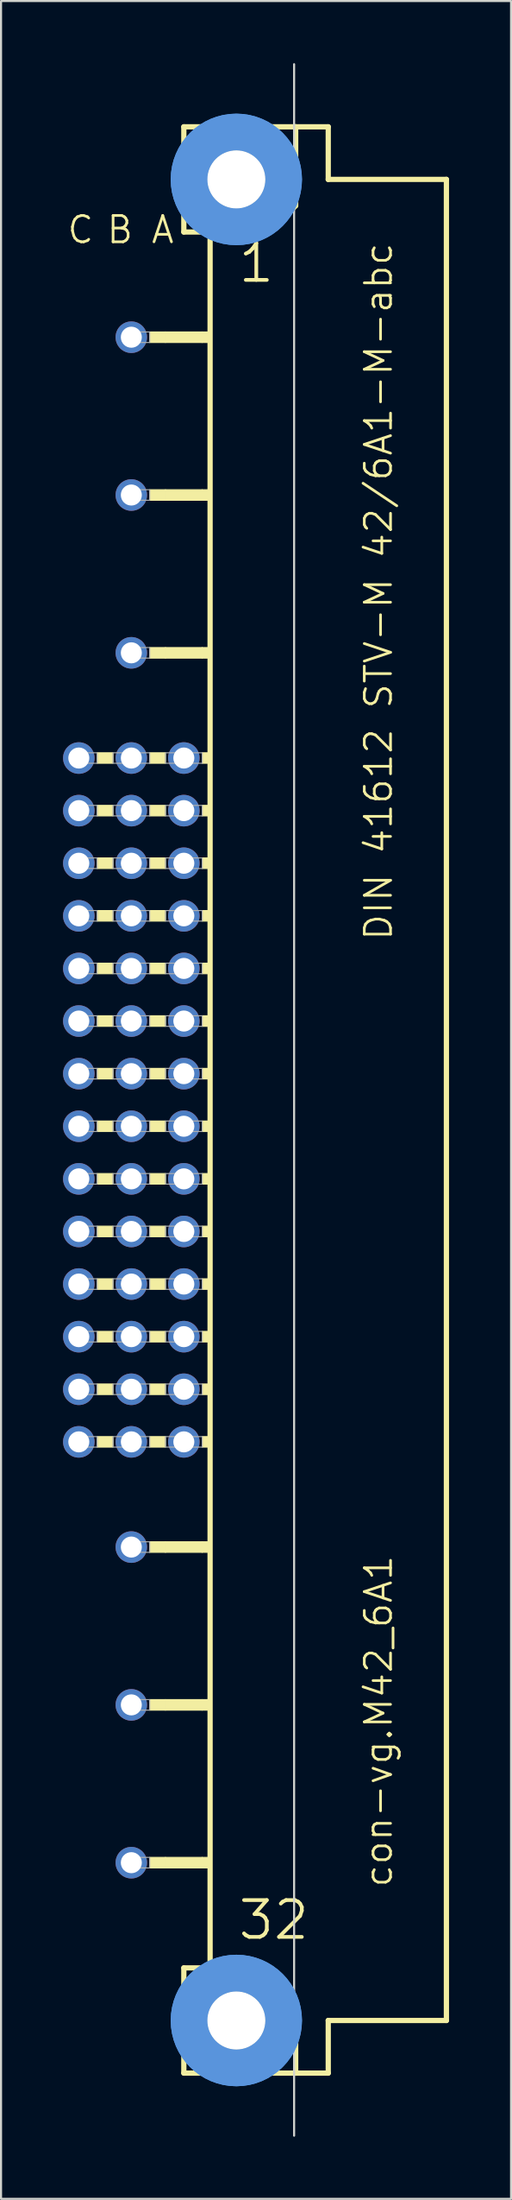
<source format=kicad_pcb>
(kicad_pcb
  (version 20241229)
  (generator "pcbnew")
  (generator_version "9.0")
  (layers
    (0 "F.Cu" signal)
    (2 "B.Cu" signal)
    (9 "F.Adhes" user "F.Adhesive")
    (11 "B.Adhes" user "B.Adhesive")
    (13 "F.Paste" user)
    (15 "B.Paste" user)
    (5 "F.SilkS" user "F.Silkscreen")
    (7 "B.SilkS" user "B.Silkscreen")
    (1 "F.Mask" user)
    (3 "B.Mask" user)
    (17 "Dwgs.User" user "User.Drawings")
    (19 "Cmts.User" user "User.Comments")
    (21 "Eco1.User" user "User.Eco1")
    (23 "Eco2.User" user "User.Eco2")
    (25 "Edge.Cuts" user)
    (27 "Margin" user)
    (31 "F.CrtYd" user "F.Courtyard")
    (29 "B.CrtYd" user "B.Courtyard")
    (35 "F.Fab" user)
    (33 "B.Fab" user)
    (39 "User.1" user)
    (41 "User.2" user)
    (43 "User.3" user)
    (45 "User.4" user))
  (footprint "con-vg.M42_6A1"
    (layer "F.Cu")
    (at 8.382 50.063)
    (property "Reference" "con-vg.M42_6A1" (at 7.62 38.1 90) (layer "F.SilkS") (effects (font (size 1.27 1.27) (thickness 0.13)) (justify left bottom)))
    (attr through_hole)
    (fp_line (start -2.54 -46.99) (end -2.54 -41.91) (stroke (width 0.254) (type default)) (layer "F.SilkS"))
    (fp_line (start -2.54 -41.91) (end -1.27 -41.91) (stroke (width 0.254) (type default)) (layer "F.SilkS"))
    (fp_line (start -2.54 41.91) (end -2.54 46.99) (stroke (width 0.254) (type default)) (layer "F.SilkS"))
    (fp_line (start -2.54 41.91) (end -1.27 41.91) (stroke (width 0.254) (type default)) (layer "F.SilkS"))
    (fp_line (start -2.54 46.99) (end 2.87 46.99) (stroke (width 0.254) (type default)) (layer "F.SilkS"))
    (fp_line (start -1.27 -41.91) (end -1.27 41.91) (stroke (width 0.254) (type default)) (layer "F.SilkS"))
    (fp_line (start -1.27 -41.91) (end 1.6 -41.91) (stroke (width 0.254) (type default)) (layer "F.SilkS"))
    (fp_line (start -1.27 41.91) (end 1.27 41.91) (stroke (width 0.254) (type default)) (layer "F.SilkS"))
    (fp_line (start 1.6 -41.91) (end 2.87 -43.18) (stroke (width 0.254) (type default)) (layer "F.SilkS"))
    (fp_line (start 2.87 -46.99) (end -2.54 -46.99) (stroke (width 0.254) (type default)) (layer "F.SilkS"))
    (fp_line (start 2.87 -43.18) (end 2.87 -46.99) (stroke (width 0.254) (type default)) (layer "F.SilkS"))
    (fp_line (start 2.87 43.51) (end 1.27 41.91) (stroke (width 0.254) (type default)) (layer "F.SilkS"))
    (fp_line (start 2.87 43.51) (end 2.87 46.99) (stroke (width 0.254) (type default)) (layer "F.SilkS"))
    (fp_line (start 2.87 46.99) (end 4.445 46.99) (stroke (width 0.254) (type default)) (layer "F.SilkS"))
    (fp_line (start 4.445 -46.99) (end 2.87 -46.99) (stroke (width 0.254) (type default)) (layer "F.SilkS"))
    (fp_line (start 4.445 -44.45) (end 4.445 -46.99) (stroke (width 0.254) (type default)) (layer "F.SilkS"))
    (fp_line (start 4.445 44.45) (end 10.16 44.45) (stroke (width 0.254) (type default)) (layer "F.SilkS"))
    (fp_line (start 4.445 46.99) (end 4.445 44.45) (stroke (width 0.254) (type default)) (layer "F.SilkS"))
    (fp_line (start 10.16 -44.45) (end 4.445 -44.45) (stroke (width 0.254) (type default)) (layer "F.SilkS"))
    (fp_line (start 10.16 44.45) (end 10.16 -44.45) (stroke (width 0.254) (type default)) (layer "F.SilkS"))
    (fp_rect (start -6.731 -16.256) (end -5.969 -16.764) (stroke (width 0.05) (type default)) (fill yes) (layer "F.SilkS"))
    (fp_rect (start -6.731 -13.716) (end -5.969 -14.224) (stroke (width 0.05) (type default)) (fill yes) (layer "F.SilkS"))
    (fp_rect (start -6.731 -11.176) (end -5.969 -11.684) (stroke (width 0.05) (type default)) (fill yes) (layer "F.SilkS"))
    (fp_rect (start -6.731 -8.636) (end -5.969 -9.144) (stroke (width 0.05) (type default)) (fill yes) (layer "F.SilkS"))
    (fp_rect (start -6.731 -6.096) (end -5.969 -6.604) (stroke (width 0.05) (type default)) (fill yes) (layer "F.SilkS"))
    (fp_rect (start -6.731 -3.556) (end -5.969 -4.064) (stroke (width 0.05) (type default)) (fill yes) (layer "F.SilkS"))
    (fp_rect (start -6.731 -1.016) (end -5.969 -1.524) (stroke (width 0.05) (type default)) (fill yes) (layer "F.SilkS"))
    (fp_rect (start -6.731 1.524) (end -5.969 1.016) (stroke (width 0.05) (type default)) (fill yes) (layer "F.SilkS"))
    (fp_rect (start -6.731 4.064) (end -5.969 3.556) (stroke (width 0.05) (type default)) (fill yes) (layer "F.SilkS"))
    (fp_rect (start -6.731 6.604) (end -5.969 6.096) (stroke (width 0.05) (type default)) (fill yes) (layer "F.SilkS"))
    (fp_rect (start -6.731 9.144) (end -5.969 8.636) (stroke (width 0.05) (type default)) (fill yes) (layer "F.SilkS"))
    (fp_rect (start -6.731 11.684) (end -5.969 11.176) (stroke (width 0.05) (type default)) (fill yes) (layer "F.SilkS"))
    (fp_rect (start -6.731 14.224) (end -5.969 13.716) (stroke (width 0.05) (type default)) (fill yes) (layer "F.SilkS"))
    (fp_rect (start -6.731 16.764) (end -5.969 16.256) (stroke (width 0.05) (type default)) (fill yes) (layer "F.SilkS"))
    (fp_rect (start -4.191 -36.576) (end -3.429 -37.084) (stroke (width 0.05) (type default)) (fill yes) (layer "F.SilkS"))
    (fp_rect (start -4.191 -28.956) (end -3.429 -29.464) (stroke (width 0.05) (type default)) (fill yes) (layer "F.SilkS"))
    (fp_rect (start -4.191 -21.336) (end -3.429 -21.844) (stroke (width 0.05) (type default)) (fill yes) (layer "F.SilkS"))
    (fp_rect (start -4.191 -16.256) (end -3.429 -16.764) (stroke (width 0.05) (type default)) (fill yes) (layer "F.SilkS"))
    (fp_rect (start -4.191 -13.716) (end -3.429 -14.224) (stroke (width 0.05) (type default)) (fill yes) (layer "F.SilkS"))
    (fp_rect (start -4.191 -11.176) (end -3.429 -11.684) (stroke (width 0.05) (type default)) (fill yes) (layer "F.SilkS"))
    (fp_rect (start -4.191 -8.636) (end -3.429 -9.144) (stroke (width 0.05) (type default)) (fill yes) (layer "F.SilkS"))
    (fp_rect (start -4.191 -6.096) (end -3.429 -6.604) (stroke (width 0.05) (type default)) (fill yes) (layer "F.SilkS"))
    (fp_rect (start -4.191 -3.556) (end -3.429 -4.064) (stroke (width 0.05) (type default)) (fill yes) (layer "F.SilkS"))
    (fp_rect (start -4.191 -1.016) (end -3.429 -1.524) (stroke (width 0.05) (type default)) (fill yes) (layer "F.SilkS"))
    (fp_rect (start -4.191 1.524) (end -3.429 1.016) (stroke (width 0.05) (type default)) (fill yes) (layer "F.SilkS"))
    (fp_rect (start -4.191 4.064) (end -3.429 3.556) (stroke (width 0.05) (type default)) (fill yes) (layer "F.SilkS"))
    (fp_rect (start -4.191 6.604) (end -3.429 6.096) (stroke (width 0.05) (type default)) (fill yes) (layer "F.SilkS"))
    (fp_rect (start -4.191 9.144) (end -3.429 8.636) (stroke (width 0.05) (type default)) (fill yes) (layer "F.SilkS"))
    (fp_rect (start -4.191 11.684) (end -3.429 11.176) (stroke (width 0.05) (type default)) (fill yes) (layer "F.SilkS"))
    (fp_rect (start -4.191 14.224) (end -3.429 13.716) (stroke (width 0.05) (type default)) (fill yes) (layer "F.SilkS"))
    (fp_rect (start -4.191 16.764) (end -3.429 16.256) (stroke (width 0.05) (type default)) (fill yes) (layer "F.SilkS"))
    (fp_rect (start -4.191 21.844) (end -3.429 21.336) (stroke (width 0.05) (type default)) (fill yes) (layer "F.SilkS"))
    (fp_rect (start -4.191 29.464) (end -3.429 28.956) (stroke (width 0.05) (type default)) (fill yes) (layer "F.SilkS"))
    (fp_rect (start -4.191 37.084) (end -3.429 36.576) (stroke (width 0.05) (type default)) (fill yes) (layer "F.SilkS"))
    (fp_rect (start -3.429 -36.576) (end -1.651 -37.084) (stroke (width 0.05) (type default)) (fill yes) (layer "F.SilkS"))
    (fp_rect (start -3.429 -28.956) (end -1.651 -29.464) (stroke (width 0.05) (type default)) (fill yes) (layer "F.SilkS"))
    (fp_rect (start -3.429 -21.336) (end -1.651 -21.844) (stroke (width 0.05) (type default)) (fill yes) (layer "F.SilkS"))
    (fp_rect (start -3.429 21.844) (end -1.651 21.336) (stroke (width 0.05) (type default)) (fill yes) (layer "F.SilkS"))
    (fp_rect (start -3.429 29.464) (end -1.651 28.956) (stroke (width 0.05) (type default)) (fill yes) (layer "F.SilkS"))
    (fp_rect (start -3.429 37.084) (end -1.651 36.576) (stroke (width 0.05) (type default)) (fill yes) (layer "F.SilkS"))
    (fp_rect (start -1.651 -36.576) (end -1.27 -37.084) (stroke (width 0.05) (type default)) (fill yes) (layer "F.SilkS"))
    (fp_rect (start -1.651 -28.956) (end -1.27 -29.464) (stroke (width 0.05) (type default)) (fill yes) (layer "F.SilkS"))
    (fp_rect (start -1.651 -21.336) (end -1.27 -21.844) (stroke (width 0.05) (type default)) (fill yes) (layer "F.SilkS"))
    (fp_rect (start -1.651 -16.256) (end -1.27 -16.764) (stroke (width 0.05) (type default)) (fill yes) (layer "F.SilkS"))
    (fp_rect (start -1.651 -13.716) (end -1.27 -14.224) (stroke (width 0.05) (type default)) (fill yes) (layer "F.SilkS"))
    (fp_rect (start -1.651 -11.176) (end -1.27 -11.684) (stroke (width 0.05) (type default)) (fill yes) (layer "F.SilkS"))
    (fp_rect (start -1.651 -8.636) (end -1.27 -9.144) (stroke (width 0.05) (type default)) (fill yes) (layer "F.SilkS"))
    (fp_rect (start -1.651 -6.096) (end -1.27 -6.604) (stroke (width 0.05) (type default)) (fill yes) (layer "F.SilkS"))
    (fp_rect (start -1.651 -3.556) (end -1.27 -4.064) (stroke (width 0.05) (type default)) (fill yes) (layer "F.SilkS"))
    (fp_rect (start -1.651 -1.016) (end -1.27 -1.524) (stroke (width 0.05) (type default)) (fill yes) (layer "F.SilkS"))
    (fp_rect (start -1.651 1.524) (end -1.27 1.016) (stroke (width 0.05) (type default)) (fill yes) (layer "F.SilkS"))
    (fp_rect (start -1.651 4.064) (end -1.27 3.556) (stroke (width 0.05) (type default)) (fill yes) (layer "F.SilkS"))
    (fp_rect (start -1.651 6.604) (end -1.27 6.096) (stroke (width 0.05) (type default)) (fill yes) (layer "F.SilkS"))
    (fp_rect (start -1.651 9.144) (end -1.27 8.636) (stroke (width 0.05) (type default)) (fill yes) (layer "F.SilkS"))
    (fp_rect (start -1.651 11.684) (end -1.27 11.176) (stroke (width 0.05) (type default)) (fill yes) (layer "F.SilkS"))
    (fp_rect (start -1.651 14.224) (end -1.27 13.716) (stroke (width 0.05) (type default)) (fill yes) (layer "F.SilkS"))
    (fp_rect (start -1.651 16.764) (end -1.27 16.256) (stroke (width 0.05) (type default)) (fill yes) (layer "F.SilkS"))
    (fp_rect (start -1.651 21.844) (end -1.27 21.336) (stroke (width 0.05) (type default)) (fill yes) (layer "F.SilkS"))
    (fp_rect (start -1.651 29.464) (end -1.27 28.956) (stroke (width 0.05) (type default)) (fill yes) (layer "F.SilkS"))
    (fp_rect (start -1.651 37.084) (end -1.27 36.576) (stroke (width 0.05) (type default)) (fill yes) (layer "F.SilkS"))
    (fp_circle (center 0 -44.45) (end 1.27 -44.45) (stroke (width 0.254) (type default)) (fill no) (layer "F.SilkS"))
    (fp_circle (center 0 44.45) (end 1.27 44.45) (stroke (width 0.254) (type default)) (fill no) (layer "F.SilkS"))
    (fp_circle (center 0 -44.45) (end 2.286 -44.45) (stroke (width 1.778) (type default)) (fill no) (layer "Cmts.User"))
    (fp_circle (center 0 -44.45) (end 2.286 -44.45) (stroke (width 1.778) (type default)) (fill no) (layer "Cmts.User"))
    (fp_circle (center 0 44.45) (end 2.286 44.45) (stroke (width 1.778) (type default)) (fill no) (layer "Cmts.User"))
    (fp_circle (center 0 44.45) (end 2.286 44.45) (stroke (width 1.778) (type default)) (fill no) (layer "Cmts.User"))
    (fp_line (start 2.794 50.013) (end 2.794 -50.013) (stroke (width 0.1) (type default)) (layer "Edge.Cuts"))
    (fp_rect (start -7.874 -16.256) (end -6.731 -16.764) (stroke (width 0.05) (type default)) (fill no) (layer "F.Fab"))
    (fp_rect (start -7.874 -13.716) (end -6.731 -14.224) (stroke (width 0.05) (type default)) (fill no) (layer "F.Fab"))
    (fp_rect (start -7.874 -11.176) (end -6.731 -11.684) (stroke (width 0.05) (type default)) (fill no) (layer "F.Fab"))
    (fp_rect (start -7.874 -8.636) (end -6.731 -9.144) (stroke (width 0.05) (type default)) (fill no) (layer "F.Fab"))
    (fp_rect (start -7.874 -6.096) (end -6.731 -6.604) (stroke (width 0.05) (type default)) (fill no) (layer "F.Fab"))
    (fp_rect (start -7.874 -3.556) (end -6.731 -4.064) (stroke (width 0.05) (type default)) (fill no) (layer "F.Fab"))
    (fp_rect (start -7.874 -1.016) (end -6.731 -1.524) (stroke (width 0.05) (type default)) (fill no) (layer "F.Fab"))
    (fp_rect (start -7.874 1.524) (end -6.731 1.016) (stroke (width 0.05) (type default)) (fill no) (layer "F.Fab"))
    (fp_rect (start -7.874 4.064) (end -6.731 3.556) (stroke (width 0.05) (type default)) (fill no) (layer "F.Fab"))
    (fp_rect (start -7.874 6.604) (end -6.731 6.096) (stroke (width 0.05) (type default)) (fill no) (layer "F.Fab"))
    (fp_rect (start -7.874 9.144) (end -6.731 8.636) (stroke (width 0.05) (type default)) (fill no) (layer "F.Fab"))
    (fp_rect (start -7.874 11.684) (end -6.731 11.176) (stroke (width 0.05) (type default)) (fill no) (layer "F.Fab"))
    (fp_rect (start -7.874 14.224) (end -6.731 13.716) (stroke (width 0.05) (type default)) (fill no) (layer "F.Fab"))
    (fp_rect (start -7.874 16.764) (end -6.731 16.256) (stroke (width 0.05) (type default)) (fill no) (layer "F.Fab"))
    (fp_rect (start -5.969 -16.256) (end -4.191 -16.764) (stroke (width 0.05) (type default)) (fill no) (layer "F.Fab"))
    (fp_rect (start -5.969 -13.716) (end -4.191 -14.224) (stroke (width 0.05) (type default)) (fill no) (layer "F.Fab"))
    (fp_rect (start -5.969 -11.176) (end -4.191 -11.684) (stroke (width 0.05) (type default)) (fill no) (layer "F.Fab"))
    (fp_rect (start -5.969 -8.636) (end -4.191 -9.144) (stroke (width 0.05) (type default)) (fill no) (layer "F.Fab"))
    (fp_rect (start -5.969 -6.096) (end -4.191 -6.604) (stroke (width 0.05) (type default)) (fill no) (layer "F.Fab"))
    (fp_rect (start -5.969 -3.556) (end -4.191 -4.064) (stroke (width 0.05) (type default)) (fill no) (layer "F.Fab"))
    (fp_rect (start -5.969 -1.016) (end -4.191 -1.524) (stroke (width 0.05) (type default)) (fill no) (layer "F.Fab"))
    (fp_rect (start -5.969 1.524) (end -4.191 1.016) (stroke (width 0.05) (type default)) (fill no) (layer "F.Fab"))
    (fp_rect (start -5.969 4.064) (end -4.191 3.556) (stroke (width 0.05) (type default)) (fill no) (layer "F.Fab"))
    (fp_rect (start -5.969 6.604) (end -4.191 6.096) (stroke (width 0.05) (type default)) (fill no) (layer "F.Fab"))
    (fp_rect (start -5.969 9.144) (end -4.191 8.636) (stroke (width 0.05) (type default)) (fill no) (layer "F.Fab"))
    (fp_rect (start -5.969 11.684) (end -4.191 11.176) (stroke (width 0.05) (type default)) (fill no) (layer "F.Fab"))
    (fp_rect (start -5.969 14.224) (end -4.191 13.716) (stroke (width 0.05) (type default)) (fill no) (layer "F.Fab"))
    (fp_rect (start -5.969 16.764) (end -4.191 16.256) (stroke (width 0.05) (type default)) (fill no) (layer "F.Fab"))
    (fp_rect (start -5.334 -36.576) (end -4.191 -37.084) (stroke (width 0.05) (type default)) (fill no) (layer "F.Fab"))
    (fp_rect (start -5.334 -28.956) (end -4.191 -29.464) (stroke (width 0.05) (type default)) (fill no) (layer "F.Fab"))
    (fp_rect (start -5.334 -21.336) (end -4.191 -21.844) (stroke (width 0.05) (type default)) (fill no) (layer "F.Fab"))
    (fp_rect (start -5.334 21.844) (end -4.191 21.336) (stroke (width 0.05) (type default)) (fill no) (layer "F.Fab"))
    (fp_rect (start -5.334 29.464) (end -4.191 28.956) (stroke (width 0.05) (type default)) (fill no) (layer "F.Fab"))
    (fp_rect (start -5.334 37.084) (end -4.191 36.576) (stroke (width 0.05) (type default)) (fill no) (layer "F.Fab"))
    (fp_rect (start -3.429 -16.256) (end -1.651 -16.764) (stroke (width 0.05) (type default)) (fill no) (layer "F.Fab"))
    (fp_rect (start -3.429 -13.716) (end -1.651 -14.224) (stroke (width 0.05) (type default)) (fill no) (layer "F.Fab"))
    (fp_rect (start -3.429 -11.176) (end -1.651 -11.684) (stroke (width 0.05) (type default)) (fill no) (layer "F.Fab"))
    (fp_rect (start -3.429 -8.636) (end -1.651 -9.144) (stroke (width 0.05) (type default)) (fill no) (layer "F.Fab"))
    (fp_rect (start -3.429 -6.096) (end -1.651 -6.604) (stroke (width 0.05) (type default)) (fill no) (layer "F.Fab"))
    (fp_rect (start -3.429 -3.556) (end -1.651 -4.064) (stroke (width 0.05) (type default)) (fill no) (layer "F.Fab"))
    (fp_rect (start -3.429 -1.016) (end -1.651 -1.524) (stroke (width 0.05) (type default)) (fill no) (layer "F.Fab"))
    (fp_rect (start -3.429 1.524) (end -1.651 1.016) (stroke (width 0.05) (type default)) (fill no) (layer "F.Fab"))
    (fp_rect (start -3.429 4.064) (end -1.651 3.556) (stroke (width 0.05) (type default)) (fill no) (layer "F.Fab"))
    (fp_rect (start -3.429 6.604) (end -1.651 6.096) (stroke (width 0.05) (type default)) (fill no) (layer "F.Fab"))
    (fp_rect (start -3.429 9.144) (end -1.651 8.636) (stroke (width 0.05) (type default)) (fill no) (layer "F.Fab"))
    (fp_rect (start -3.429 11.684) (end -1.651 11.176) (stroke (width 0.05) (type default)) (fill no) (layer "F.Fab"))
    (fp_rect (start -3.429 14.224) (end -1.651 13.716) (stroke (width 0.05) (type default)) (fill no) (layer "F.Fab"))
    (fp_rect (start -3.429 16.764) (end -1.651 16.256) (stroke (width 0.05) (type default)) (fill no) (layer "F.Fab"))
    (fp_text user "A" (at -4.191 -41.275 0) (layer "F.SilkS") (effects (font (size 1.27 1.27) (thickness 0.13)) (justify left bottom)))
    (fp_text user "C" (at -8.255 -41.275 0) (layer "F.SilkS") (effects (font (size 1.27 1.27) (thickness 0.13)) (justify left bottom)))
    (fp_text user "DIN 41612 STV-M 42/6A1-M-abc" (at 7.62 -7.62 90) (layer "F.SilkS") (effects (font (size 1.27 1.27) (thickness 0.13)) (justify left bottom)))
    (fp_text user "1" (at 0 -39.37 0) (layer "F.SilkS") (effects (font (size 1.778 1.778) (thickness 0.18)) (justify left bottom)))
    (fp_text user "B" (at -6.35 -41.275 0) (layer "F.SilkS") (effects (font (size 1.27 1.27) (thickness 0.13)) (justify left bottom)))
    (fp_text user "32" (at 0 40.64 0) (layer "F.SilkS") (effects (font (size 1.778 1.778) (thickness 0.18)) (justify left bottom)))
    (pad "" np_thru_hole circle (at 0 -44.45) (size 2.8 2.8) (drill 2.8) (layers "*.Cu" "*.Mask"))
    (pad "" np_thru_hole circle (at 0 44.45) (size 2.8 2.8) (drill 2.8) (layers "*.Cu" "*.Mask"))
    (pad "A10" thru_hole circle (at -2.54 -16.51) (size 1.524 1.524) (drill 1.016) (layers "*.Cu" "*.Mask"))
    (pad "A11" thru_hole circle (at -2.54 -13.97) (size 1.524 1.524) (drill 1.016) (layers "*.Cu" "*.Mask"))
    (pad "A12" thru_hole circle (at -2.54 -11.43) (size 1.524 1.524) (drill 1.016) (layers "*.Cu" "*.Mask"))
    (pad "A13" thru_hole circle (at -2.54 -8.89) (size 1.524 1.524) (drill 1.016) (layers "*.Cu" "*.Mask"))
    (pad "A14" thru_hole circle (at -2.54 -6.35) (size 1.524 1.524) (drill 1.016) (layers "*.Cu" "*.Mask"))
    (pad "A15" thru_hole circle (at -2.54 -3.81) (size 1.524 1.524) (drill 1.016) (layers "*.Cu" "*.Mask"))
    (pad "A16" thru_hole circle (at -2.54 -1.27) (size 1.524 1.524) (drill 1.016) (layers "*.Cu" "*.Mask"))
    (pad "A17" thru_hole circle (at -2.54 1.27) (size 1.524 1.524) (drill 1.016) (layers "*.Cu" "*.Mask"))
    (pad "A18" thru_hole circle (at -2.54 3.81) (size 1.524 1.524) (drill 1.016) (layers "*.Cu" "*.Mask"))
    (pad "A19" thru_hole circle (at -2.54 6.35) (size 1.524 1.524) (drill 1.016) (layers "*.Cu" "*.Mask"))
    (pad "A20" thru_hole circle (at -2.54 8.89) (size 1.524 1.524) (drill 1.016) (layers "*.Cu" "*.Mask"))
    (pad "A21" thru_hole circle (at -2.54 11.43) (size 1.524 1.524) (drill 1.016) (layers "*.Cu" "*.Mask"))
    (pad "A22" thru_hole circle (at -2.54 13.97) (size 1.524 1.524) (drill 1.016) (layers "*.Cu" "*.Mask"))
    (pad "A23" thru_hole circle (at -2.54 16.51) (size 1.524 1.524) (drill 1.016) (layers "*.Cu" "*.Mask"))
    (pad "B2" thru_hole circle (at -5.08 -36.83) (size 1.524 1.524) (drill 1.016) (layers "*.Cu" "*.Mask"))
    (pad "B5" thru_hole circle (at -5.08 -29.21) (size 1.524 1.524) (drill 1.016) (layers "*.Cu" "*.Mask"))
    (pad "B8" thru_hole circle (at -5.08 -21.59) (size 1.524 1.524) (drill 1.016) (layers "*.Cu" "*.Mask"))
    (pad "B10" thru_hole circle (at -5.08 -16.51) (size 1.524 1.524) (drill 1.016) (layers "*.Cu" "*.Mask"))
    (pad "B11" thru_hole circle (at -5.08 -13.97) (size 1.524 1.524) (drill 1.016) (layers "*.Cu" "*.Mask"))
    (pad "B12" thru_hole circle (at -5.08 -11.43) (size 1.524 1.524) (drill 1.016) (layers "*.Cu" "*.Mask"))
    (pad "B13" thru_hole circle (at -5.08 -8.89) (size 1.524 1.524) (drill 1.016) (layers "*.Cu" "*.Mask"))
    (pad "B14" thru_hole circle (at -5.08 -6.35) (size 1.524 1.524) (drill 1.016) (layers "*.Cu" "*.Mask"))
    (pad "B15" thru_hole circle (at -5.08 -3.81) (size 1.524 1.524) (drill 1.016) (layers "*.Cu" "*.Mask"))
    (pad "B16" thru_hole circle (at -5.08 -1.27) (size 1.524 1.524) (drill 1.016) (layers "*.Cu" "*.Mask"))
    (pad "B17" thru_hole circle (at -5.08 1.27) (size 1.524 1.524) (drill 1.016) (layers "*.Cu" "*.Mask"))
    (pad "B18" thru_hole circle (at -5.08 3.81) (size 1.524 1.524) (drill 1.016) (layers "*.Cu" "*.Mask"))
    (pad "B19" thru_hole circle (at -5.08 6.35) (size 1.524 1.524) (drill 1.016) (layers "*.Cu" "*.Mask"))
    (pad "B20" thru_hole circle (at -5.08 8.89) (size 1.524 1.524) (drill 1.016) (layers "*.Cu" "*.Mask"))
    (pad "B21" thru_hole circle (at -5.08 11.43) (size 1.524 1.524) (drill 1.016) (layers "*.Cu" "*.Mask"))
    (pad "B22" thru_hole circle (at -5.08 13.97) (size 1.524 1.524) (drill 1.016) (layers "*.Cu" "*.Mask"))
    (pad "B23" thru_hole circle (at -5.08 16.51) (size 1.524 1.524) (drill 1.016) (layers "*.Cu" "*.Mask"))
    (pad "B25" thru_hole circle (at -5.08 21.59) (size 1.524 1.524) (drill 1.016) (layers "*.Cu" "*.Mask"))
    (pad "B28" thru_hole circle (at -5.08 29.21) (size 1.524 1.524) (drill 1.016) (layers "*.Cu" "*.Mask"))
    (pad "B31" thru_hole circle (at -5.08 36.83) (size 1.524 1.524) (drill 1.016) (layers "*.Cu" "*.Mask"))
    (pad "C10" thru_hole circle (at -7.62 -16.51) (size 1.524 1.524) (drill 1.016) (layers "*.Cu" "*.Mask"))
    (pad "C11" thru_hole circle (at -7.62 -13.97) (size 1.524 1.524) (drill 1.016) (layers "*.Cu" "*.Mask"))
    (pad "C12" thru_hole circle (at -7.62 -11.43) (size 1.524 1.524) (drill 1.016) (layers "*.Cu" "*.Mask"))
    (pad "C13" thru_hole circle (at -7.62 -8.89) (size 1.524 1.524) (drill 1.016) (layers "*.Cu" "*.Mask"))
    (pad "C14" thru_hole circle (at -7.62 -6.35) (size 1.524 1.524) (drill 1.016) (layers "*.Cu" "*.Mask"))
    (pad "C15" thru_hole circle (at -7.62 -3.81) (size 1.524 1.524) (drill 1.016) (layers "*.Cu" "*.Mask"))
    (pad "C16" thru_hole circle (at -7.62 -1.27) (size 1.524 1.524) (drill 1.016) (layers "*.Cu" "*.Mask"))
    (pad "C17" thru_hole circle (at -7.62 1.27) (size 1.524 1.524) (drill 1.016) (layers "*.Cu" "*.Mask"))
    (pad "C18" thru_hole circle (at -7.62 3.81) (size 1.524 1.524) (drill 1.016) (layers "*.Cu" "*.Mask"))
    (pad "C19" thru_hole circle (at -7.62 6.35) (size 1.524 1.524) (drill 1.016) (layers "*.Cu" "*.Mask"))
    (pad "C20" thru_hole circle (at -7.62 8.89) (size 1.524 1.524) (drill 1.016) (layers "*.Cu" "*.Mask"))
    (pad "C21" thru_hole circle (at -7.62 11.43) (size 1.524 1.524) (drill 1.016) (layers "*.Cu" "*.Mask"))
    (pad "C22" thru_hole circle (at -7.62 13.97) (size 1.524 1.524) (drill 1.016) (layers "*.Cu" "*.Mask"))
    (pad "C23" thru_hole circle (at -7.62 16.51) (size 1.524 1.524) (drill 1.016) (layers "*.Cu" "*.Mask")))
  (gr_rect
    (start -3 -3)
    (end 21.669 103.125)
    (stroke (width 0.1) (type default))
    (fill no)
    (layer "Edge.Cuts")))
</source>
